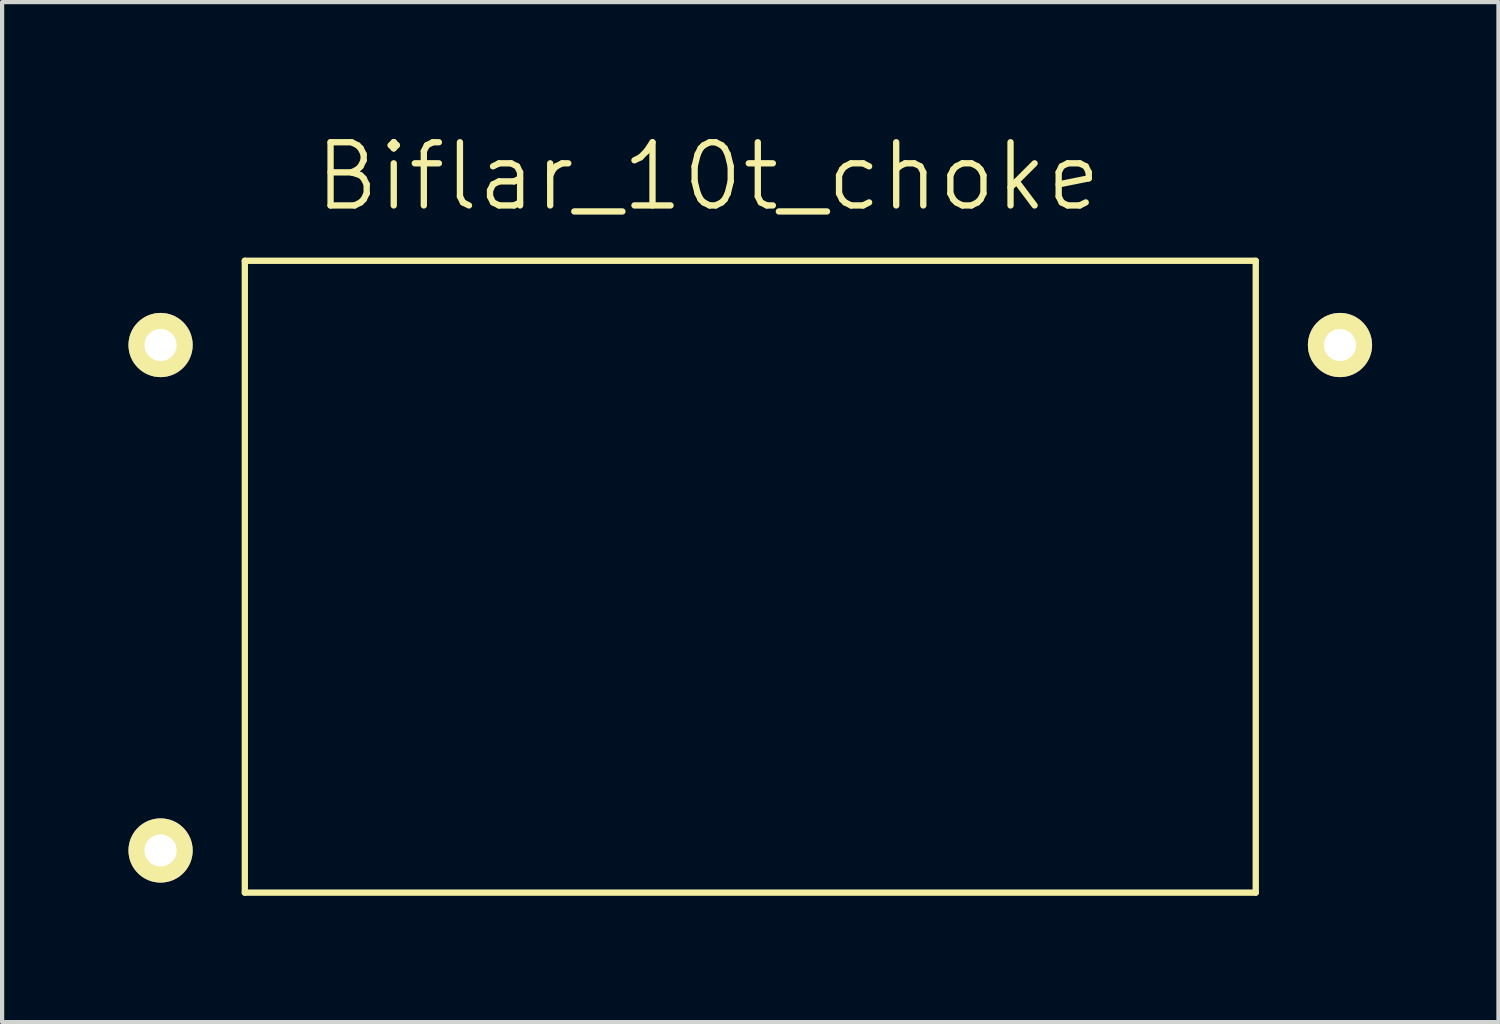
<source format=kicad_pcb>
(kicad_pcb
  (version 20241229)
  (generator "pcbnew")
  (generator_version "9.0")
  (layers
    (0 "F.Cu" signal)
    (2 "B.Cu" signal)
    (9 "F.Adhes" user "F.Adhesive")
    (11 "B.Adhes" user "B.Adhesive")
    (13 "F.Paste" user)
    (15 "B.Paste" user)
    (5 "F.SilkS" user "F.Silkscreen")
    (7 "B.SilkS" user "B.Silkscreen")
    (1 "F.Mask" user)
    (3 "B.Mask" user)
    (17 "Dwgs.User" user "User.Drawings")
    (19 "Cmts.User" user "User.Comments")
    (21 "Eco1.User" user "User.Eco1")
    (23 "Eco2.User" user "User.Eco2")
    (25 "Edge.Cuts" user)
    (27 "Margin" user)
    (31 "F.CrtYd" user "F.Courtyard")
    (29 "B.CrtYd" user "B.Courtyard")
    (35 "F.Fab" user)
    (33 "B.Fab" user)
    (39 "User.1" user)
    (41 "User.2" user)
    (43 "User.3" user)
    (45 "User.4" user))
  (footprint "Biflar_10t_choke"
    (layer "F.Cu")
    (at 14.762 11.141)
    (property "Reference" "Biflar_10t_choke" (at -1 -10 0) (layer "F.SilkS") (effects (font (size 1.5 1.5) (thickness 0.15))))
    (attr through_hole)
    (fp_line (start -12 -8) (end 12 -8) (stroke (width 0.15) (type solid)) (layer "F.SilkS"))
    (fp_line (start -12 7) (end -12 -8) (stroke (width 0.15) (type solid)) (layer "F.SilkS"))
    (fp_line (start 12 -8) (end 12 7) (stroke (width 0.15) (type solid)) (layer "F.SilkS"))
    (fp_line (start 12 7) (end -12 7) (stroke (width 0.15) (type solid)) (layer "F.SilkS"))
    (pad "1" thru_hole circle (at -14 -6) (size 1.524 1.524) (drill 0.762) (layers "*.Cu" "*.Mask" "F.SilkS"))
    (pad "2" thru_hole circle (at -14 6) (size 1.524 1.524) (drill 0.762) (layers "*.Cu" "*.Mask" "F.SilkS"))
    (pad "3" thru_hole circle (at 14 -6) (size 1.524 1.524) (drill 0.762) (layers "*.Cu" "*.Mask" "F.SilkS")))
  (gr_rect
    (start -3 -3)
    (end 32.524 21.216)
    (stroke (width 0.1) (type default))
    (fill no)
    (layer "Edge.Cuts")))
</source>
